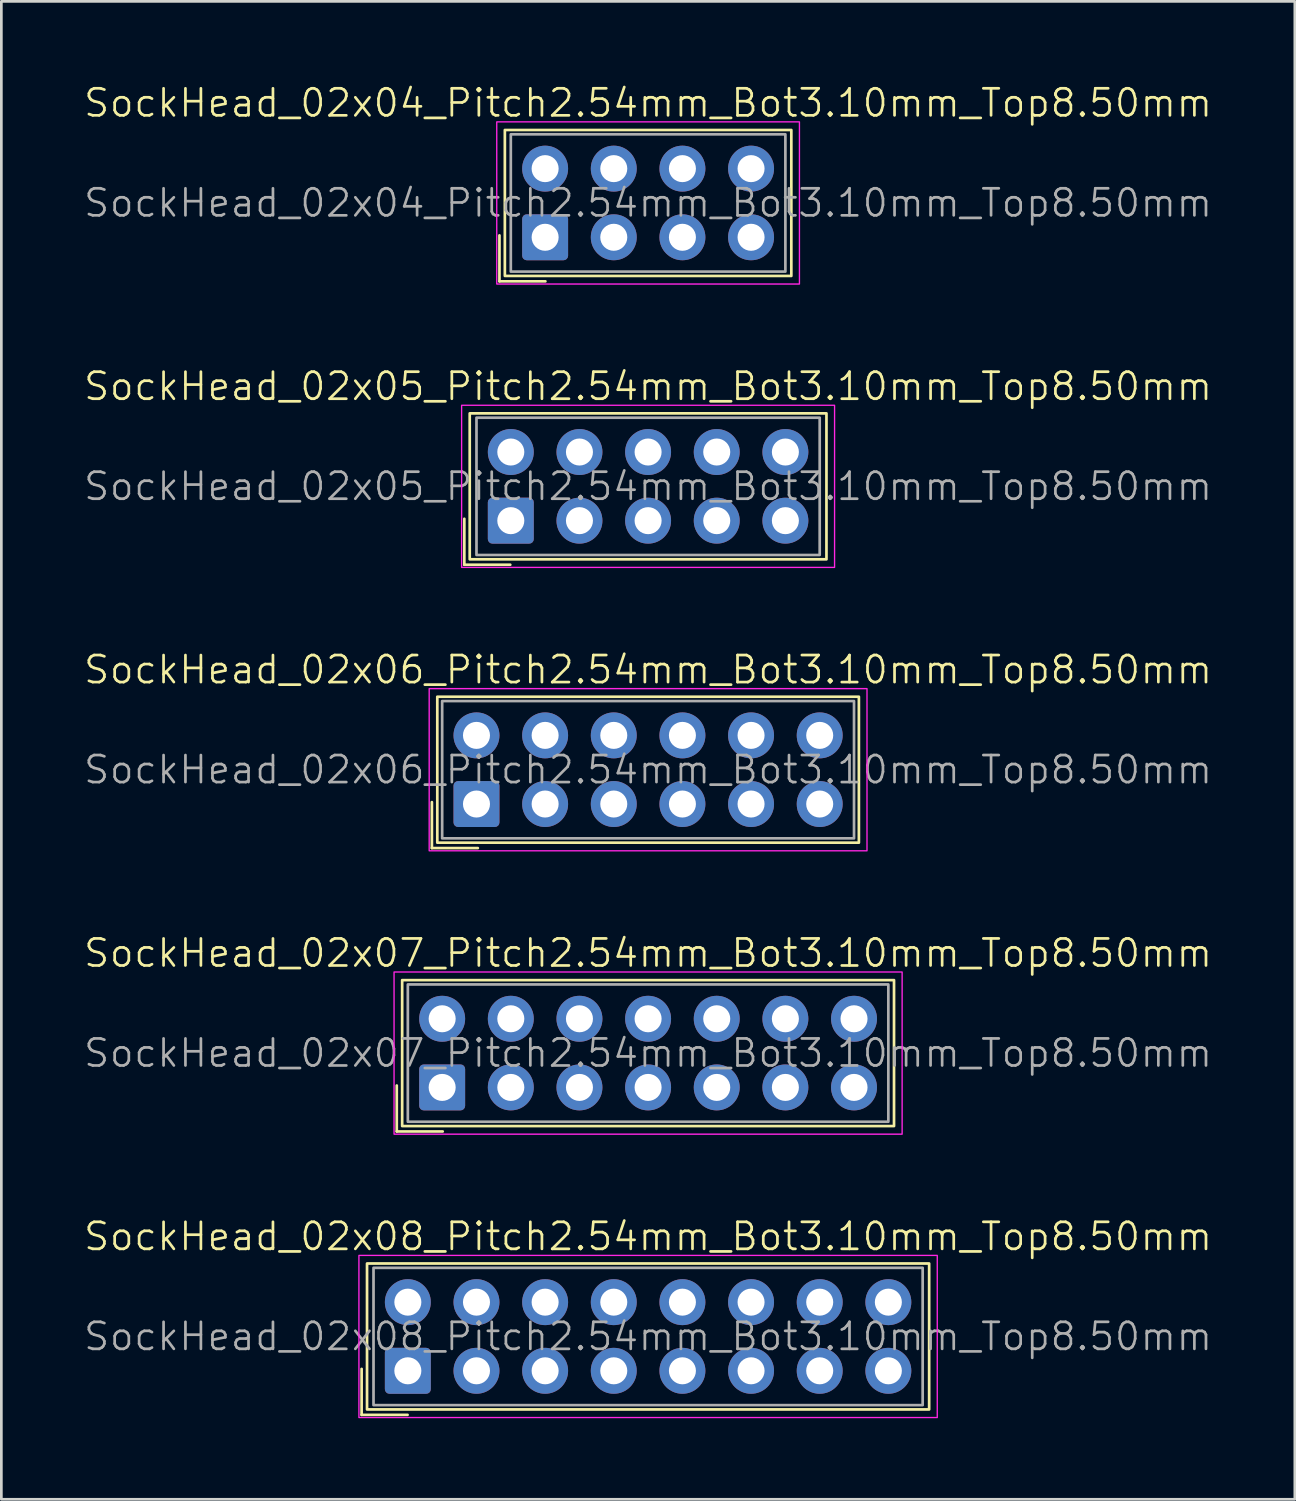
<source format=kicad_pcb>
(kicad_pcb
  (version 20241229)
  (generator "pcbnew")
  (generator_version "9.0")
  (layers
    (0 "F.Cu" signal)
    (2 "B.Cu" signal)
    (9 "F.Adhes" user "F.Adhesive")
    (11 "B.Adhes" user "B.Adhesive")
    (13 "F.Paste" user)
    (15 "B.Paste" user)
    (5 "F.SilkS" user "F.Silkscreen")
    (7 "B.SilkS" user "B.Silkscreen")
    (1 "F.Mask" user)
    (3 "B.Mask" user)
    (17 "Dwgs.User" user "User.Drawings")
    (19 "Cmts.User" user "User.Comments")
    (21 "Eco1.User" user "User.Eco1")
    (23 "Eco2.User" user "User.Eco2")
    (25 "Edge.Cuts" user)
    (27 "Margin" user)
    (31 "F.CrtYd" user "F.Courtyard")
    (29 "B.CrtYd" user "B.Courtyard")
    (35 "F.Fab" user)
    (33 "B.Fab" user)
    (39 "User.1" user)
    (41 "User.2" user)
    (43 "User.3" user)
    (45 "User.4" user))
  (footprint "SockHead_02x04_Pitch2.54mm_Bot3.10mm_Top8.50mm"
    (layer "F.Cu")
    (at 20.931 4.46)
    (property "Reference" "SockHead_02x04_Pitch2.54mm_Bot3.10mm_Top8.50mm" (at 0 -3.7 0) (unlocked yes) (layer "F.SilkS") (effects (font (size 1 1) (thickness 0.1))))
    (attr through_hole)
    (fp_line (start -5.5 1.2) (end -5.5 2.9) (stroke (width 0.1) (type default)) (layer "F.SilkS"))
    (fp_line (start -5.5 2.9) (end -3.8 2.9) (stroke (width 0.1) (type default)) (layer "F.SilkS"))
    (fp_rect (start -5.3 -2.7) (end 5.3 2.7) (stroke (width 0.1) (type default)) (fill no) (layer "F.SilkS"))
    (fp_rect (start -5.6 -3) (end 5.6 3) (stroke (width 0.05) (type default)) (fill no) (layer "F.CrtYd"))
    (fp_rect (start -5.08 -2.54) (end 5.08 2.54) (stroke (width 0.1) (type default)) (fill no) (layer "F.Fab"))
    (fp_text user "${REFERENCE}" (at 0 0 0) (unlocked yes) (layer "F.Fab") (effects (font (size 1 1) (thickness 0.1))))
    (pad "1" thru_hole roundrect (at -3.81 1.27) (size 1.7 1.7) (drill 1) (layers "*.Cu" "*.Mask") (roundrect_rratio 0.1))
    (pad "2" thru_hole circle (at -3.81 -1.27) (size 1.7 1.7) (drill 1) (layers "*.Cu" "*.Mask"))
    (pad "3" thru_hole circle (at -1.27 1.27) (size 1.7 1.7) (drill 1) (layers "*.Cu" "*.Mask"))
    (pad "4" thru_hole circle (at -1.27 -1.27) (size 1.7 1.7) (drill 1) (layers "*.Cu" "*.Mask"))
    (pad "5" thru_hole circle (at 1.27 1.27) (size 1.7 1.7) (drill 1) (layers "*.Cu" "*.Mask"))
    (pad "6" thru_hole circle (at 1.27 -1.27) (size 1.7 1.7) (drill 1) (layers "*.Cu" "*.Mask"))
    (pad "7" thru_hole circle (at 3.81 1.27) (size 1.7 1.7) (drill 1) (layers "*.Cu" "*.Mask"))
    (pad "8" thru_hole circle (at 3.81 -1.27) (size 1.7 1.7) (drill 1) (layers "*.Cu" "*.Mask")))
  (footprint "SockHead_02x08_Pitch2.54mm_Bot3.10mm_Top8.50mm"
    (layer "F.Cu")
    (at 20.931 46.403)
    (property "Reference" "SockHead_02x08_Pitch2.54mm_Bot3.10mm_Top8.50mm" (at 0 -3.7 0) (unlocked yes) (layer "F.SilkS") (effects (font (size 1 1) (thickness 0.1))))
    (attr through_hole)
    (fp_line (start -10.6 1.2) (end -10.6 2.9) (stroke (width 0.1) (type default)) (layer "F.SilkS"))
    (fp_line (start -10.6 2.9) (end -8.9 2.9) (stroke (width 0.1) (type default)) (layer "F.SilkS"))
    (fp_rect (start -10.4 -2.7) (end 10.4 2.7) (stroke (width 0.1) (type default)) (fill no) (layer "F.SilkS"))
    (fp_rect (start -10.7 -3) (end 10.7 3) (stroke (width 0.05) (type default)) (fill no) (layer "F.CrtYd"))
    (fp_rect (start -10.16 -2.54) (end 10.16 2.54) (stroke (width 0.1) (type default)) (fill no) (layer "F.Fab"))
    (fp_text user "${REFERENCE}" (at 0 0 0) (unlocked yes) (layer "F.Fab") (effects (font (size 1 1) (thickness 0.1))))
    (pad "1" thru_hole roundrect (at -8.89 1.27) (size 1.7 1.7) (drill 1) (layers "*.Cu" "*.Mask") (roundrect_rratio 0.1))
    (pad "2" thru_hole circle (at -8.89 -1.27) (size 1.7 1.7) (drill 1) (layers "*.Cu" "*.Mask"))
    (pad "3" thru_hole circle (at -6.35 1.27) (size 1.7 1.7) (drill 1) (layers "*.Cu" "*.Mask"))
    (pad "4" thru_hole circle (at -6.35 -1.27) (size 1.7 1.7) (drill 1) (layers "*.Cu" "*.Mask"))
    (pad "5" thru_hole circle (at -3.81 1.27) (size 1.7 1.7) (drill 1) (layers "*.Cu" "*.Mask"))
    (pad "6" thru_hole circle (at -3.81 -1.27) (size 1.7 1.7) (drill 1) (layers "*.Cu" "*.Mask"))
    (pad "7" thru_hole circle (at -1.27 1.27) (size 1.7 1.7) (drill 1) (layers "*.Cu" "*.Mask"))
    (pad "8" thru_hole circle (at -1.27 -1.27) (size 1.7 1.7) (drill 1) (layers "*.Cu" "*.Mask"))
    (pad "9" thru_hole circle (at 1.27 1.27) (size 1.7 1.7) (drill 1) (layers "*.Cu" "*.Mask"))
    (pad "10" thru_hole circle (at 1.27 -1.27) (size 1.7 1.7) (drill 1) (layers "*.Cu" "*.Mask"))
    (pad "11" thru_hole circle (at 3.81 1.27) (size 1.7 1.7) (drill 1) (layers "*.Cu" "*.Mask"))
    (pad "12" thru_hole circle (at 3.81 -1.27) (size 1.7 1.7) (drill 1) (layers "*.Cu" "*.Mask"))
    (pad "13" thru_hole circle (at 6.35 1.27) (size 1.7 1.7) (drill 1) (layers "*.Cu" "*.Mask"))
    (pad "14" thru_hole circle (at 6.35 -1.27) (size 1.7 1.7) (drill 1) (layers "*.Cu" "*.Mask"))
    (pad "15" thru_hole circle (at 8.89 1.27) (size 1.7 1.7) (drill 1) (layers "*.Cu" "*.Mask"))
    (pad "16" thru_hole circle (at 8.89 -1.27) (size 1.7 1.7) (drill 1) (layers "*.Cu" "*.Mask")))
  (footprint "SockHead_02x05_Pitch2.54mm_Bot3.10mm_Top8.50mm"
    (layer "F.Cu")
    (at 20.931 14.946)
    (property "Reference" "SockHead_02x05_Pitch2.54mm_Bot3.10mm_Top8.50mm" (at 0 -3.7 0) (unlocked yes) (layer "F.SilkS") (effects (font (size 1 1) (thickness 0.1))))
    (attr through_hole)
    (fp_line (start -6.8 1.2) (end -6.8 2.9) (stroke (width 0.1) (type default)) (layer "F.SilkS"))
    (fp_line (start -6.8 2.9) (end -5.1 2.9) (stroke (width 0.1) (type default)) (layer "F.SilkS"))
    (fp_rect (start -6.6 -2.7) (end 6.6 2.7) (stroke (width 0.1) (type default)) (fill no) (layer "F.SilkS"))
    (fp_rect (start -6.9 -3) (end 6.9 3) (stroke (width 0.05) (type default)) (fill no) (layer "F.CrtYd"))
    (fp_rect (start -6.35 -2.54) (end 6.35 2.54) (stroke (width 0.1) (type default)) (fill no) (layer "F.Fab"))
    (fp_text user "${REFERENCE}" (at 0 0 0) (unlocked yes) (layer "F.Fab") (effects (font (size 1 1) (thickness 0.1))))
    (pad "1" thru_hole roundrect (at -5.08 1.27) (size 1.7 1.7) (drill 1) (layers "*.Cu" "*.Mask") (roundrect_rratio 0.1))
    (pad "2" thru_hole circle (at -5.08 -1.27) (size 1.7 1.7) (drill 1) (layers "*.Cu" "*.Mask"))
    (pad "3" thru_hole circle (at -2.54 1.27) (size 1.7 1.7) (drill 1) (layers "*.Cu" "*.Mask"))
    (pad "4" thru_hole circle (at -2.54 -1.27) (size 1.7 1.7) (drill 1) (layers "*.Cu" "*.Mask"))
    (pad "5" thru_hole circle (at 0 1.27) (size 1.7 1.7) (drill 1) (layers "*.Cu" "*.Mask"))
    (pad "6" thru_hole circle (at 0 -1.27) (size 1.7 1.7) (drill 1) (layers "*.Cu" "*.Mask"))
    (pad "7" thru_hole circle (at 2.54 1.27) (size 1.7 1.7) (drill 1) (layers "*.Cu" "*.Mask"))
    (pad "8" thru_hole circle (at 2.54 -1.27) (size 1.7 1.7) (drill 1) (layers "*.Cu" "*.Mask"))
    (pad "9" thru_hole circle (at 5.08 1.27) (size 1.7 1.7) (drill 1) (layers "*.Cu" "*.Mask"))
    (pad "10" thru_hole circle (at 5.08 -1.27) (size 1.7 1.7) (drill 1) (layers "*.Cu" "*.Mask")))
  (footprint "SockHead_02x07_Pitch2.54mm_Bot3.10mm_Top8.50mm"
    (layer "F.Cu")
    (at 20.931 35.917)
    (property "Reference" "SockHead_02x07_Pitch2.54mm_Bot3.10mm_Top8.50mm" (at 0 -3.7 0) (unlocked yes) (layer "F.SilkS") (effects (font (size 1 1) (thickness 0.1))))
    (attr through_hole)
    (fp_line (start -9.3 1.2) (end -9.3 2.9) (stroke (width 0.1) (type default)) (layer "F.SilkS"))
    (fp_line (start -9.3 2.9) (end -7.6 2.9) (stroke (width 0.1) (type default)) (layer "F.SilkS"))
    (fp_rect (start -9.1 -2.7) (end 9.1 2.7) (stroke (width 0.1) (type default)) (fill no) (layer "F.SilkS"))
    (fp_rect (start -9.4 -3) (end 9.4 3) (stroke (width 0.05) (type default)) (fill no) (layer "F.CrtYd"))
    (fp_rect (start -8.89 -2.54) (end 8.89 2.54) (stroke (width 0.1) (type default)) (fill no) (layer "F.Fab"))
    (fp_text user "${REFERENCE}" (at 0 0 0) (unlocked yes) (layer "F.Fab") (effects (font (size 1 1) (thickness 0.1))))
    (pad "1" thru_hole roundrect (at -7.62 1.27) (size 1.7 1.7) (drill 1) (layers "*.Cu" "*.Mask") (roundrect_rratio 0.1))
    (pad "2" thru_hole circle (at -7.62 -1.27) (size 1.7 1.7) (drill 1) (layers "*.Cu" "*.Mask"))
    (pad "3" thru_hole circle (at -5.08 1.27) (size 1.7 1.7) (drill 1) (layers "*.Cu" "*.Mask"))
    (pad "4" thru_hole circle (at -5.08 -1.27) (size 1.7 1.7) (drill 1) (layers "*.Cu" "*.Mask"))
    (pad "5" thru_hole circle (at -2.54 1.27) (size 1.7 1.7) (drill 1) (layers "*.Cu" "*.Mask"))
    (pad "6" thru_hole circle (at -2.54 -1.27) (size 1.7 1.7) (drill 1) (layers "*.Cu" "*.Mask"))
    (pad "7" thru_hole circle (at 0 1.27) (size 1.7 1.7) (drill 1) (layers "*.Cu" "*.Mask"))
    (pad "8" thru_hole circle (at 0 -1.27) (size 1.7 1.7) (drill 1) (layers "*.Cu" "*.Mask"))
    (pad "9" thru_hole circle (at 2.54 1.27) (size 1.7 1.7) (drill 1) (layers "*.Cu" "*.Mask"))
    (pad "10" thru_hole circle (at 2.54 -1.27) (size 1.7 1.7) (drill 1) (layers "*.Cu" "*.Mask"))
    (pad "11" thru_hole circle (at 5.08 1.27) (size 1.7 1.7) (drill 1) (layers "*.Cu" "*.Mask"))
    (pad "12" thru_hole circle (at 5.08 -1.27) (size 1.7 1.7) (drill 1) (layers "*.Cu" "*.Mask"))
    (pad "13" thru_hole circle (at 7.62 1.27) (size 1.7 1.7) (drill 1) (layers "*.Cu" "*.Mask"))
    (pad "14" thru_hole circle (at 7.62 -1.27) (size 1.7 1.7) (drill 1) (layers "*.Cu" "*.Mask")))
  (footprint "SockHead_02x06_Pitch2.54mm_Bot3.10mm_Top8.50mm"
    (layer "F.Cu")
    (at 20.931 25.431)
    (property "Reference" "SockHead_02x06_Pitch2.54mm_Bot3.10mm_Top8.50mm" (at 0 -3.7 0) (unlocked yes) (layer "F.SilkS") (effects (font (size 1 1) (thickness 0.1))))
    (attr through_hole)
    (fp_line (start -8 1.2) (end -8 2.9) (stroke (width 0.1) (type default)) (layer "F.SilkS"))
    (fp_line (start -8 2.9) (end -6.3 2.9) (stroke (width 0.1) (type default)) (layer "F.SilkS"))
    (fp_rect (start -7.8 -2.7) (end 7.8 2.7) (stroke (width 0.1) (type default)) (fill no) (layer "F.SilkS"))
    (fp_rect (start -8.1 -3) (end 8.1 3) (stroke (width 0.05) (type default)) (fill no) (layer "F.CrtYd"))
    (fp_rect (start -7.62 -2.54) (end 7.62 2.54) (stroke (width 0.1) (type default)) (fill no) (layer "F.Fab"))
    (fp_text user "${REFERENCE}" (at 0 0 0) (unlocked yes) (layer "F.Fab") (effects (font (size 1 1) (thickness 0.1))))
    (pad "1" thru_hole roundrect (at -6.35 1.27) (size 1.7 1.7) (drill 1) (layers "*.Cu" "*.Mask") (roundrect_rratio 0.1))
    (pad "2" thru_hole circle (at -6.35 -1.27) (size 1.7 1.7) (drill 1) (layers "*.Cu" "*.Mask"))
    (pad "3" thru_hole circle (at -3.81 1.27) (size 1.7 1.7) (drill 1) (layers "*.Cu" "*.Mask"))
    (pad "4" thru_hole circle (at -3.81 -1.27) (size 1.7 1.7) (drill 1) (layers "*.Cu" "*.Mask"))
    (pad "5" thru_hole circle (at -1.27 1.27) (size 1.7 1.7) (drill 1) (layers "*.Cu" "*.Mask"))
    (pad "6" thru_hole circle (at -1.27 -1.27) (size 1.7 1.7) (drill 1) (layers "*.Cu" "*.Mask"))
    (pad "7" thru_hole circle (at 1.27 1.27) (size 1.7 1.7) (drill 1) (layers "*.Cu" "*.Mask"))
    (pad "8" thru_hole circle (at 1.27 -1.27) (size 1.7 1.7) (drill 1) (layers "*.Cu" "*.Mask"))
    (pad "9" thru_hole circle (at 3.81 1.27) (size 1.7 1.7) (drill 1) (layers "*.Cu" "*.Mask"))
    (pad "10" thru_hole circle (at 3.81 -1.27) (size 1.7 1.7) (drill 1) (layers "*.Cu" "*.Mask"))
    (pad "11" thru_hole circle (at 6.35 1.27) (size 1.7 1.7) (drill 1) (layers "*.Cu" "*.Mask"))
    (pad "12" thru_hole circle (at 6.35 -1.27) (size 1.7 1.7) (drill 1) (layers "*.Cu" "*.Mask")))
  (gr_rect
    (start -3 -3)
    (end 44.862 52.428)
    (stroke (width 0.1) (type default))
    (fill no)
    (layer "Edge.Cuts")))
</source>
